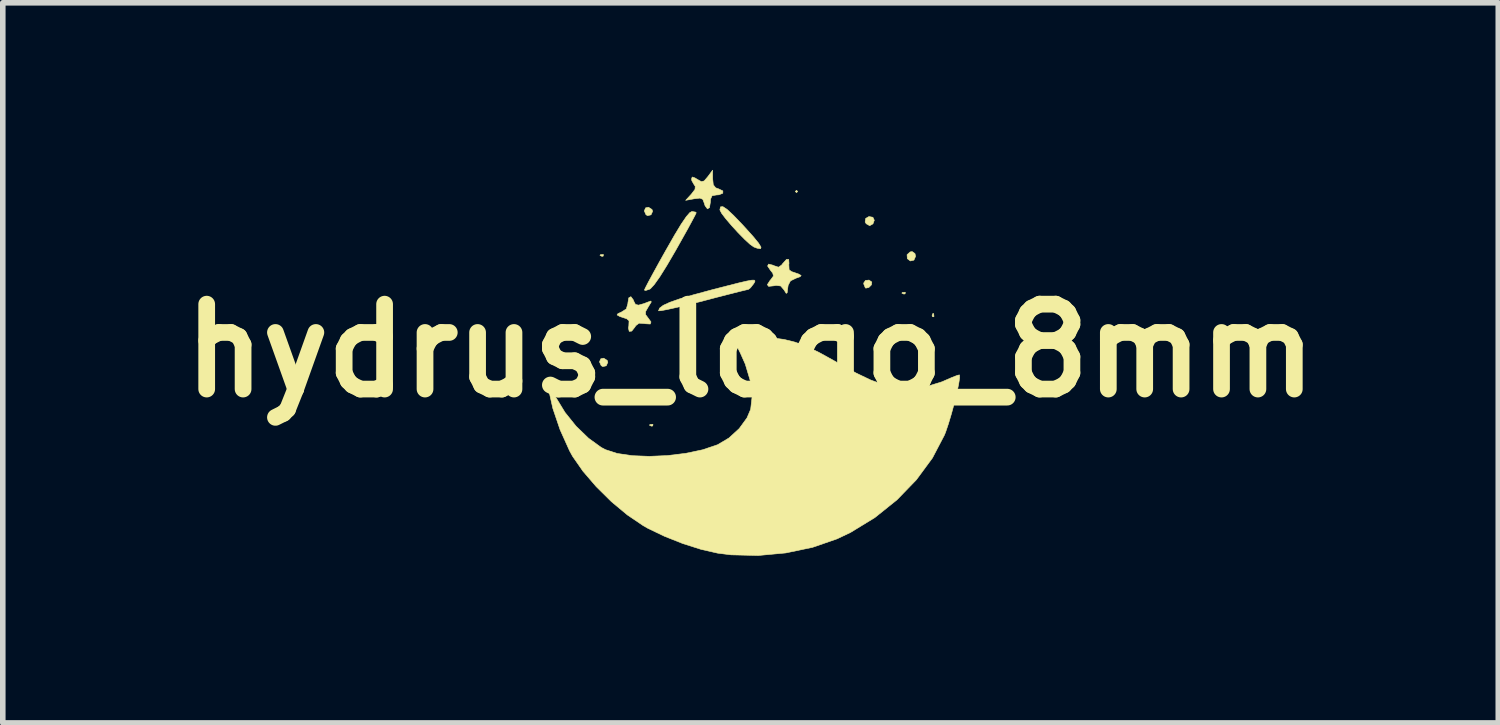
<source format=kicad_pcb>
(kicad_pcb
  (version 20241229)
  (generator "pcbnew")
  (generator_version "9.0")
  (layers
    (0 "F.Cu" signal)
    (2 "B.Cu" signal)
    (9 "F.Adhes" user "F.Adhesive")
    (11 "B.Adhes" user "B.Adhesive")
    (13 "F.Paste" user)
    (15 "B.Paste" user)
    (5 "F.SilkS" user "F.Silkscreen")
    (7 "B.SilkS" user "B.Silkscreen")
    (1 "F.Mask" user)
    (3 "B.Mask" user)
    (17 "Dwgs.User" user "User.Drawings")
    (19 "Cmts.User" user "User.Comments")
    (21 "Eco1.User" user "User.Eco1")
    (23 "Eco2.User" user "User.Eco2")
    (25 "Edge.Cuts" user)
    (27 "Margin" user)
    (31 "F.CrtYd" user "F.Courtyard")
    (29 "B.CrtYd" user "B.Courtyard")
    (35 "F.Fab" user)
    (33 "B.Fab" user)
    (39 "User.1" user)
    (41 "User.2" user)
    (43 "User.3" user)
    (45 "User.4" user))
  (footprint "hydrus_logo_8mm"
    (layer "F.Cu")
    (at 10.421 3.244)
    (property "Reference" "hydrus_logo_8mm" (at 0 0 0) (layer "F.SilkS") (effects (font (size 1.524 1.524) (thickness 0.3))))
    (attr through_hole)
    (fp_poly (pts (xy 0.847 -2.857) (xy 0.826 -2.836) (xy 0.804 -2.857) (xy 0.826 -2.879) (xy 0.847 -2.857)) (stroke (width 0.01) (type solid)) (fill yes) (layer "F.SilkS"))
    (fp_poly (pts (xy 3.217 0.36) (xy 3.196 0.381) (xy 3.175 0.36) (xy 3.196 0.339) (xy 3.217 0.36)) (stroke (width 0.01) (type solid)) (fill yes) (layer "F.SilkS"))
    (fp_poly (pts (xy -2.639 -1.722) (xy -2.645 -1.696) (xy -2.667 -1.693) (xy -2.702 -1.709) (xy -2.695 -1.722) (xy -2.645 -1.727) (xy -2.639 -1.722)) (stroke (width 0.01) (type solid)) (fill yes) (layer "F.SilkS"))
    (fp_poly (pts (xy -1.75 1.326) (xy -1.756 1.352) (xy -1.778 1.355) (xy -1.813 1.339) (xy -1.806 1.326) (xy -1.756 1.321) (xy -1.75 1.326)) (stroke (width 0.01) (type solid)) (fill yes) (layer "F.SilkS"))
    (fp_poly (pts (xy 2.78 -1.044) (xy 2.774 -1.019) (xy 2.752 -1.016) (xy 2.717 -1.031) (xy 2.723 -1.044) (xy 2.774 -1.049) (xy 2.78 -1.044)) (stroke (width 0.01) (type solid)) (fill yes) (layer "F.SilkS"))
    (fp_poly (pts (xy 3.288 -0.663) (xy 3.293 -0.613) (xy 3.288 -0.607) (xy 3.263 -0.613) (xy 3.26 -0.635) (xy 3.275 -0.67) (xy 3.288 -0.663)) (stroke (width 0.01) (type solid)) (fill yes) (layer "F.SilkS"))
    (fp_poly (pts (xy -2.572 0.175) (xy -2.561 0.209) (xy -2.59 0.272) (xy -2.651 0.286) (xy -2.68 0.269) (xy -2.711 0.201) (xy -2.687 0.146) (xy -2.635 0.135) (xy -2.572 0.175)) (stroke (width 0.01) (type solid)) (fill yes) (layer "F.SilkS"))
    (fp_poly (pts (xy -1.768 -2.534) (xy -1.757 -2.501) (xy -1.786 -2.438) (xy -1.847 -2.423) (xy -1.876 -2.44) (xy -1.906 -2.508) (xy -1.883 -2.563) (xy -1.831 -2.574) (xy -1.768 -2.534)) (stroke (width 0.01) (type solid)) (fill yes) (layer "F.SilkS"))
    (fp_poly (pts (xy 2.952 -1.743) (xy 2.963 -1.693) (xy 2.933 -1.625) (xy 2.869 -1.61) (xy 2.815 -1.651) (xy 2.81 -1.722) (xy 2.865 -1.772) (xy 2.902 -1.778) (xy 2.952 -1.743)) (stroke (width 0.01) (type solid)) (fill yes) (layer "F.SilkS"))
    (fp_poly (pts (xy 2.177 -1.232) (xy 2.171 -1.181) (xy 2.124 -1.134) (xy 2.07 -1.122) (xy 2.06 -1.129) (xy 2.034 -1.193) (xy 2.032 -1.214) (xy 2.063 -1.26) (xy 2.127 -1.267) (xy 2.177 -1.232)) (stroke (width 0.01) (type solid)) (fill yes) (layer "F.SilkS"))
    (fp_poly (pts (xy 2.197 -2.394) (xy 2.222 -2.341) (xy 2.198 -2.276) (xy 2.141 -2.244) (xy 2.138 -2.244) (xy 2.077 -2.278) (xy 2.058 -2.309) (xy 2.067 -2.373) (xy 2.126 -2.407) (xy 2.197 -2.394)) (stroke (width 0.01) (type solid)) (fill yes) (layer "F.SilkS"))
    (fp_poly (pts (xy -0.42 -2.535) (xy -0.303 -2.426) (xy -0.14 -2.256) (xy -0.108 -2.221) (xy 0.048 -2.048) (xy 0.146 -1.928) (xy 0.189 -1.857) (xy 0.18 -1.829) (xy 0.119 -1.839) (xy 0.06 -1.861) (xy -0.006 -1.907) (xy -0.106 -1.999) (xy -0.222 -2.117) (xy -0.341 -2.247) (xy -0.445 -2.369) (xy -0.52 -2.468) (xy -0.55 -2.527) (xy -0.55 -2.527) (xy -0.538 -2.581) (xy -0.496 -2.585) (xy -0.42 -2.535)) (stroke (width 0.01) (type solid)) (fill yes) (layer "F.SilkS"))
    (fp_poly (pts (xy -0.986 -2.487) (xy -0.974 -2.475) (xy -0.994 -2.433) (xy -1.049 -2.329) (xy -1.132 -2.176) (xy -1.238 -1.987) (xy -1.343 -1.8) (xy -1.496 -1.538) (xy -1.625 -1.331) (xy -1.727 -1.187) (xy -1.796 -1.112) (xy -1.809 -1.104) (xy -1.881 -1.08) (xy -1.905 -1.087) (xy -1.885 -1.131) (xy -1.83 -1.237) (xy -1.746 -1.392) (xy -1.64 -1.585) (xy -1.518 -1.803) (xy -1.516 -1.806) (xy -1.363 -2.074) (xy -1.243 -2.272) (xy -1.153 -2.404) (xy -1.089 -2.478) (xy -1.051 -2.498) (xy -0.986 -2.487)) (stroke (width 0.01) (type solid)) (fill yes) (layer "F.SilkS"))
    (fp_poly (pts (xy 0.081 -1.25) (xy 0.07 -1.223) (xy 0.057 -1.202) (xy 0.000414 -1.129) (xy -0.037 -1.1) (xy -0.084 -1.089) (xy -0.2 -1.061) (xy -0.373 -1.017) (xy -0.588 -0.962) (xy -0.832 -0.898) (xy -0.857 -0.891) (xy -1.102 -0.829) (xy -1.316 -0.778) (xy -1.487 -0.74) (xy -1.603 -0.718) (xy -1.65 -0.715) (xy -1.651 -0.716) (xy -1.631 -0.764) (xy -1.567 -0.813) (xy -1.45 -0.867) (xy -1.274 -0.929) (xy -1.03 -1.001) (xy -0.711 -1.087) (xy -0.69 -1.093) (xy -0.413 -1.164) (xy -0.209 -1.216) (xy -0.067 -1.249) (xy 0.022 -1.265) (xy 0.068 -1.265) (xy 0.081 -1.25)) (stroke (width 0.01) (type solid)) (fill yes) (layer "F.SilkS"))
    (fp_poly (pts (xy -0.679 -3.084) (xy -0.668 -2.977) (xy -0.625 -2.923) (xy -0.57 -2.903) (xy -0.496 -2.867) (xy -0.497 -2.826) (xy -0.565 -2.798) (xy -0.616 -2.794) (xy -0.69 -2.78) (xy -0.717 -2.72) (xy -0.72 -2.667) (xy -0.736 -2.568) (xy -0.773 -2.545) (xy -0.815 -2.6) (xy -0.83 -2.647) (xy -0.856 -2.716) (xy -0.907 -2.738) (xy -1.01 -2.726) (xy -1.164 -2.698) (xy -1.061 -2.81) (xy -0.996 -2.895) (xy -0.992 -2.951) (xy -1.008 -2.972) (xy -1.053 -3.05) (xy -1.058 -3.083) (xy -1.046 -3.117) (xy -0.998 -3.101) (xy -0.955 -3.075) (xy -0.882 -3.034) (xy -0.832 -3.046) (xy -0.77 -3.118) (xy -0.766 -3.123) (xy -0.68 -3.239) (xy -0.679 -3.084)) (stroke (width 0.01) (type solid)) (fill yes) (layer "F.SilkS"))
    (fp_poly (pts (xy 0.691 -1.566) (xy 0.688 -1.546) (xy 0.693 -1.452) (xy 0.736 -1.419) (xy 0.86 -1.377) (xy 0.909 -1.349) (xy 0.89 -1.327) (xy 0.817 -1.301) (xy 0.718 -1.253) (xy 0.676 -1.174) (xy 0.669 -1.127) (xy 0.658 -1.039) (xy 0.641 -1.028) (xy 0.604 -1.087) (xy 0.6 -1.093) (xy 0.542 -1.161) (xy 0.46 -1.171) (xy 0.42 -1.164) (xy 0.325 -1.154) (xy 0.302 -1.185) (xy 0.351 -1.26) (xy 0.366 -1.277) (xy 0.412 -1.34) (xy 0.399 -1.392) (xy 0.36 -1.44) (xy 0.307 -1.519) (xy 0.324 -1.554) (xy 0.403 -1.534) (xy 0.424 -1.524) (xy 0.502 -1.498) (xy 0.559 -1.537) (xy 0.578 -1.563) (xy 0.646 -1.638) (xy 0.686 -1.638) (xy 0.691 -1.566)) (stroke (width 0.01) (type solid)) (fill yes) (layer "F.SilkS"))
    (fp_poly (pts (xy -2.104 -0.912) (xy -2.094 -0.885) (xy -2.065 -0.83) (xy -2.01 -0.817) (xy -1.911 -0.845) (xy -1.842 -0.872) (xy -1.787 -0.891) (xy -1.782 -0.872) (xy -1.826 -0.801) (xy -1.834 -0.788) (xy -1.883 -0.702) (xy -1.883 -0.647) (xy -1.845 -0.596) (xy -1.786 -0.515) (xy -1.799 -0.478) (xy -1.885 -0.483) (xy -1.902 -0.486) (xy -2.001 -0.493) (xy -2.06 -0.448) (xy -2.073 -0.426) (xy -2.132 -0.351) (xy -2.177 -0.346) (xy -2.191 -0.407) (xy -2.184 -0.445) (xy -2.18 -0.536) (xy -2.221 -0.572) (xy -2.345 -0.613) (xy -2.395 -0.641) (xy -2.379 -0.665) (xy -2.318 -0.692) (xy -2.229 -0.749) (xy -2.201 -0.844) (xy -2.201 -0.855) (xy -2.185 -0.948) (xy -2.147 -0.969) (xy -2.104 -0.912)) (stroke (width 0.01) (type solid)) (fill yes) (layer "F.SilkS"))
    (fp_poly (pts (xy 0.14 -0.245) (xy 0.39 -0.23) (xy 0.604 -0.201) (xy 0.802 -0.152) (xy 1.004 -0.077) (xy 1.23 0.032) (xy 1.5 0.181) (xy 1.581 0.228) (xy 1.894 0.401) (xy 2.157 0.527) (xy 2.386 0.61) (xy 2.597 0.657) (xy 2.806 0.671) (xy 2.922 0.668) (xy 3.199 0.633) (xy 3.44 0.558) (xy 3.489 0.536) (xy 3.618 0.48) (xy 3.713 0.443) (xy 3.751 0.435) (xy 3.754 0.487) (xy 3.736 0.602) (xy 3.703 0.76) (xy 3.658 0.944) (xy 3.606 1.135) (xy 3.552 1.315) (xy 3.501 1.465) (xy 3.481 1.515) (xy 3.266 1.926) (xy 2.978 2.317) (xy 2.629 2.678) (xy 2.231 2.997) (xy 1.796 3.263) (xy 1.554 3.378) (xy 1.115 3.53) (xy 0.633 3.631) (xy 0.136 3.677) (xy -0.349 3.665) (xy -0.588 3.635) (xy -0.883 3.568) (xy -1.214 3.463) (xy -1.544 3.332) (xy -1.842 3.189) (xy -1.926 3.141) (xy -2.21 2.949) (xy -2.497 2.71) (xy -2.768 2.442) (xy -3.007 2.164) (xy -3.194 1.895) (xy -3.247 1.799) (xy -3.418 1.419) (xy -3.548 1.036) (xy -3.619 0.72) (xy -3.632 0.63) (xy -3.631 0.593) (xy -3.611 0.614) (xy -3.564 0.699) (xy -3.489 0.847) (xy -3.33 1.108) (xy -3.13 1.357) (xy -2.906 1.573) (xy -2.681 1.736) (xy -2.603 1.777) (xy -2.394 1.845) (xy -2.124 1.885) (xy -1.816 1.897) (xy -1.489 1.883) (xy -1.163 1.843) (xy -0.858 1.779) (xy -0.595 1.69) (xy -0.589 1.688) (xy -0.386 1.567) (xy -0.203 1.399) (xy -0.063 1.207) (xy 0.003 1.052) (xy 0.03 0.816) (xy -0.004 0.541) (xy -0.094 0.241) (xy -0.185 0.037) (xy -0.334 -0.263) (xy 0.14 -0.245)) (stroke (width 0.01) (type solid)) (fill yes) (layer "F.SilkS")))
  (gr_rect
    (start -3 -3)
    (end 23.843 9.926)
    (stroke (width 0.1) (type default))
    (fill no)
    (layer "Edge.Cuts")))
</source>
